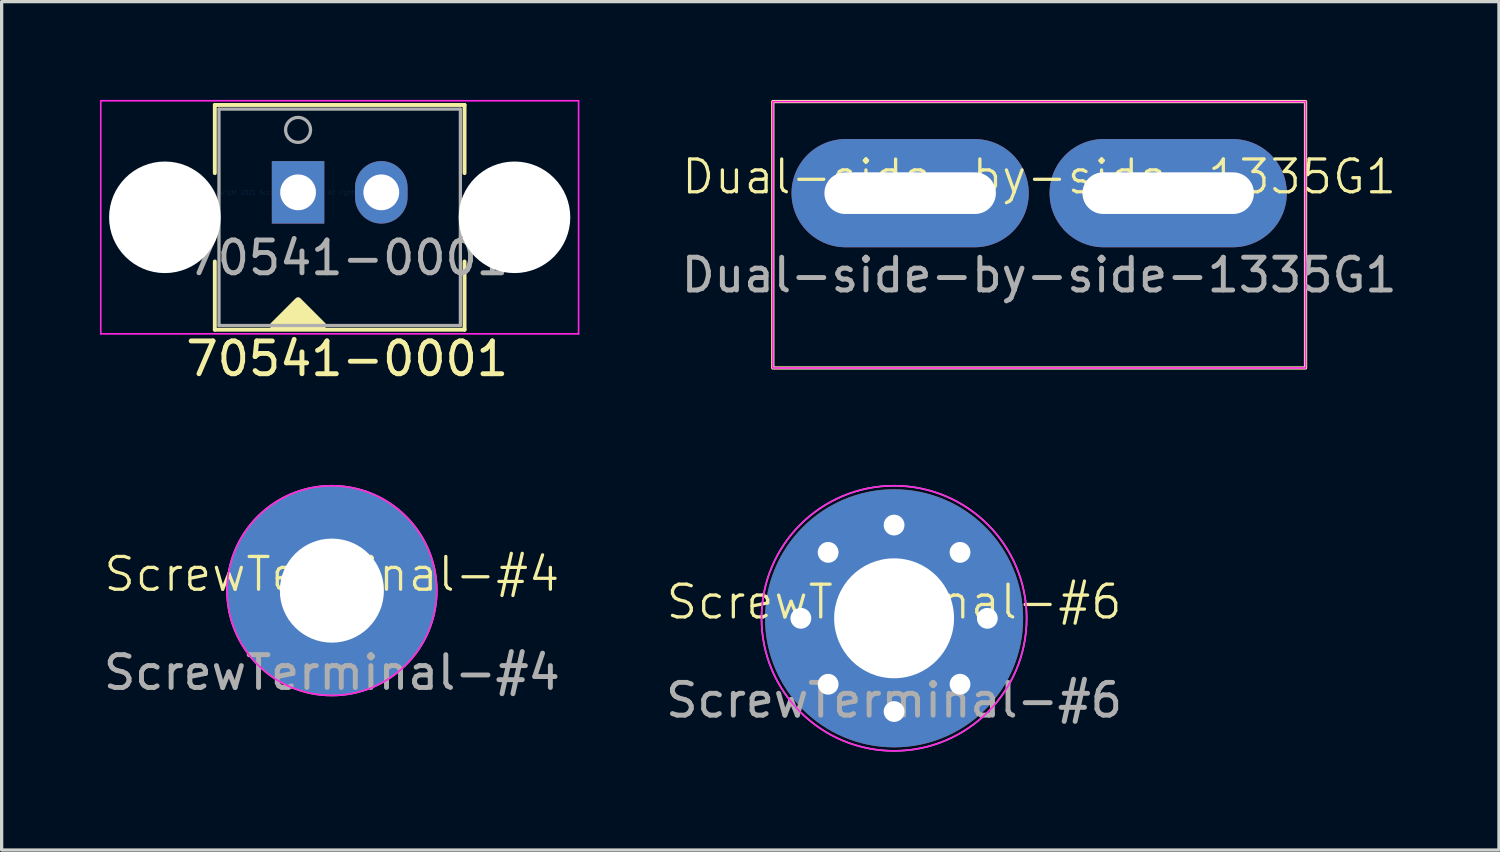
<source format=kicad_pcb>
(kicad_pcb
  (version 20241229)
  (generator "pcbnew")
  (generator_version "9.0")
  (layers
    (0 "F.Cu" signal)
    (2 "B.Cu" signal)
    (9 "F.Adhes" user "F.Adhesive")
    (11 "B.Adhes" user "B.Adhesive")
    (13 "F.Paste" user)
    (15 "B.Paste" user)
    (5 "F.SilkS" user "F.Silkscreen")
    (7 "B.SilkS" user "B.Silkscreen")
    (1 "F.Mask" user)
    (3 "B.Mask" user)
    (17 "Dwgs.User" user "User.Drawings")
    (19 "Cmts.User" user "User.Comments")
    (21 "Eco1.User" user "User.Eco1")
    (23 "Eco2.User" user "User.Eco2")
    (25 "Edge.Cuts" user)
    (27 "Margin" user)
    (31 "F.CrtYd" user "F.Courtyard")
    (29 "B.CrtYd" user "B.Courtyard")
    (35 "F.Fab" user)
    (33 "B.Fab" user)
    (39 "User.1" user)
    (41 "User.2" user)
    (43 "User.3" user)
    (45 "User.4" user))
  (footprint "ScrewTerminal-#6"
    (layer "F.Cu")
    (at 24.232 15.817)
    (property "Reference" "ScrewTerminal-#6" (at 0 -0.5 0) (unlocked yes) (layer "F.SilkS") (effects (font (size 1 1) (thickness 0.1))))
    (attr through_hole)
    (fp_circle (center 0 0) (end 4 -0.6) (stroke (width 0.05) (type default)) (fill no) (layer "F.CrtYd"))
    (fp_circle (center 0 0) (end 4.045 0) (stroke (width 0.05) (type default)) (fill no) (layer "F.Fab"))
    (fp_text user "${REFERENCE}" (at 0 2.5 0) (unlocked yes) (layer "F.Fab") (effects (font (size 1 1) (thickness 0.15))))
    (pad "1" thru_hole circle (at -2.845 0) (size 1.016 1.016) (drill 0.635) (layers "*.Cu" "*.Mask"))
    (pad "1" thru_hole circle (at -2.012 -2.012 45) (size 1.016 1.016) (drill 0.635) (layers "*.Cu" "*.Mask"))
    (pad "1" thru_hole circle (at -2.012 2.012 45) (size 1.016 1.016) (drill 0.635) (layers "*.Cu" "*.Mask"))
    (pad "1" thru_hole circle (at 0 -2.845) (size 1.016 1.016) (drill 0.635) (layers "*.Cu" "*.Mask"))
    (pad "1" thru_hole circle (at 0 0) (size 7.874 7.874) (drill 3.658) (layers "*.Cu" "*.Mask"))
    (pad "1" thru_hole circle (at 0 2.845) (size 1.016 1.016) (drill 0.635) (layers "*.Cu" "*.Mask"))
    (pad "1" thru_hole circle (at 2.012 -2.012 45) (size 1.016 1.016) (drill 0.635) (layers "*.Cu" "*.Mask"))
    (pad "1" thru_hole circle (at 2.012 2.012 45) (size 1.016 1.016) (drill 0.635) (layers "*.Cu" "*.Mask"))
    (pad "1" thru_hole circle (at 2.845 0) (size 1.016 1.016) (drill 0.635) (layers "*.Cu" "*.Mask")))
  (footprint "ScrewTerminal-#4"
    (layer "F.Cu")
    (at 7.077 14.972)
    (property "Reference" "ScrewTerminal-#4" (at 0 -0.5 0) (unlocked yes) (layer "F.SilkS") (effects (font (size 1 1) (thickness 0.1))))
    (attr through_hole)
    (fp_circle (center 0 0) (end 3.2 0) (stroke (width 0.05) (type default)) (fill no) (layer "F.CrtYd"))
    (fp_circle (center 0 0) (end 3.2 0) (stroke (width 0.05) (type default)) (fill no) (layer "F.Fab"))
    (fp_text user "${REFERENCE}" (at 0 2.5 0) (unlocked yes) (layer "F.Fab") (effects (font (size 1 1) (thickness 0.15))))
    (pad "1" thru_hole circle (at 0 0) (size 6.35 6.35) (drill 3.175) (layers "*.Cu" "*.Mask")))
  (footprint "Dual-side-by-side-1335G1"
    (layer "F.Cu")
    (at 28.659 2.844)
    (property "Reference" "Dual-side-by-side-1335G1" (at 0 -0.5 0) (unlocked yes) (layer "F.SilkS") (effects (font (size 1 1) (thickness 0.1))))
    (attr through_hole)
    (fp_rect (start -8.128 -2.794) (end 8.128 5.334) (stroke (width 0.1) (type default)) (fill no) (layer "F.SilkS"))
    (fp_rect (start -8.128 -2.794) (end 8.128 5.334) (stroke (width 0.05) (type default)) (fill no) (layer "F.CrtYd"))
    (fp_text user "${REFERENCE}" (at 0 2.5 0) (unlocked yes) (layer "F.Fab") (effects (font (size 1 1) (thickness 0.15))))
    (pad "1" thru_hole oval (at -3.937 0) (size 7.239 3.302) (drill oval 5.232 1.27) (layers "*.Cu" "*.Mask"))
    (pad "2" thru_hole oval (at 3.937 0) (size 7.239 3.302) (drill oval 5.232 1.27) (layers "*.Cu" "*.Mask")))
  (footprint "70541-0001"
    (layer "F.Cu")
    (at 6.045 2.819)
    (property "Reference" "70541-0001" (at 1.5 5.08 0) (layer "F.SilkS") (effects (font (size 1 1) (thickness 0.15))))
    (attr through_hole)
    (fp_line (start -2.54 -2.667) (end -2.54 -0.586) (stroke (width 0.12) (type solid)) (layer "F.SilkS"))
    (fp_line (start -2.54 2.11) (end -2.54 4.191) (stroke (width 0.12) (type solid)) (layer "F.SilkS"))
    (fp_line (start -2.54 4.191) (end 5.08 4.191) (stroke (width 0.12) (type solid)) (layer "F.SilkS"))
    (fp_line (start 5.08 -2.667) (end -2.54 -2.667) (stroke (width 0.12) (type solid)) (layer "F.SilkS"))
    (fp_line (start 5.08 -0.586) (end 5.08 -2.667) (stroke (width 0.12) (type solid)) (layer "F.SilkS"))
    (fp_line (start 5.08 4.191) (end 5.08 2.11) (stroke (width 0.12) (type solid)) (layer "F.SilkS"))
    (fp_poly (pts (xy 0.762 4.064) (xy -0.762 4.064) (xy 0 3.302)) (stroke (width 0.2) (type solid)) (fill yes) (layer "F.SilkS"))
    (fp_line (start 7.366 -0.254) (end 7.62 -0.254) (stroke (width 0.1) (type solid)) (layer "Cmts.User"))
    (fp_line (start 7.366 0.254) (end 7.62 0.254) (stroke (width 0.1) (type solid)) (layer "Cmts.User"))
    (fp_line (start 7.493 0) (end 7.366 -0.254) (stroke (width 0.1) (type solid)) (layer "Cmts.User"))
    (fp_line (start 7.493 0) (end 7.366 0.254) (stroke (width 0.1) (type solid)) (layer "Cmts.User"))
    (fp_line (start 7.493 0) (end 7.493 1.27) (stroke (width 0.1) (type solid)) (layer "Cmts.User"))
    (fp_line (start 7.493 0) (end 7.62 -0.254) (stroke (width 0.1) (type solid)) (layer "Cmts.User"))
    (fp_line (start 7.493 0) (end 7.62 0.254) (stroke (width 0.1) (type solid)) (layer "Cmts.User"))
    (fp_line (start -6.02 -2.794) (end -6.02 4.318) (stroke (width 0.05) (type solid)) (layer "F.CrtYd"))
    (fp_line (start -6.02 4.318) (end 8.56 4.318) (stroke (width 0.05) (type solid)) (layer "F.CrtYd"))
    (fp_line (start 8.56 -2.794) (end -6.02 -2.794) (stroke (width 0.05) (type solid)) (layer "F.CrtYd"))
    (fp_line (start 8.56 4.318) (end 8.56 -2.794) (stroke (width 0.05) (type solid)) (layer "F.CrtYd"))
    (fp_line (start -2.413 -2.54) (end -2.413 4.064) (stroke (width 0.1) (type solid)) (layer "F.Fab"))
    (fp_line (start -2.413 4.064) (end 4.953 4.064) (stroke (width 0.1) (type solid)) (layer "F.Fab"))
    (fp_line (start 4.953 -2.54) (end -2.413 -2.54) (stroke (width 0.1) (type solid)) (layer "F.Fab"))
    (fp_line (start 4.953 4.064) (end 4.953 -2.54) (stroke (width 0.1) (type solid)) (layer "F.Fab"))
    (fp_circle (center 0 -1.905) (end 0.381 -1.905) (stroke (width 0.1) (type solid)) (fill no) (layer "F.Fab"))
    (fp_text user "Copyright 2021 Accelerated Designs. All rights reserved." (at 0 0 0) (layer "Cmts.User") (effects (font (size 0.127 0.127) (thickness 0.002))))
    (fp_text user "${REFERENCE}" (at 1.5 2 0) (layer "F.Fab") (effects (font (size 1 1) (thickness 0.15))))
    (pad "" np_thru_hole circle (at -4.064 0.762) (size 3.404 3.404) (drill 3.404) (layers "*.Cu" "*.Mask"))
    (pad "" np_thru_hole circle (at 6.604 0.762) (size 3.404 3.404) (drill 3.404) (layers "*.Cu" "*.Mask"))
    (pad "1" thru_hole rect (at 0 0) (size 1.6 1.905) (drill 1.092) (layers "*.Cu" "*.Mask"))
    (pad "2" thru_hole oval (at 2.54 0) (size 1.6 1.905) (drill 1.092) (layers "*.Cu" "*.Mask")))
  (gr_rect
    (start -3 -3)
    (end 42.689 22.887)
    (stroke (width 0.1) (type default))
    (fill no)
    (layer "Edge.Cuts")))
</source>
